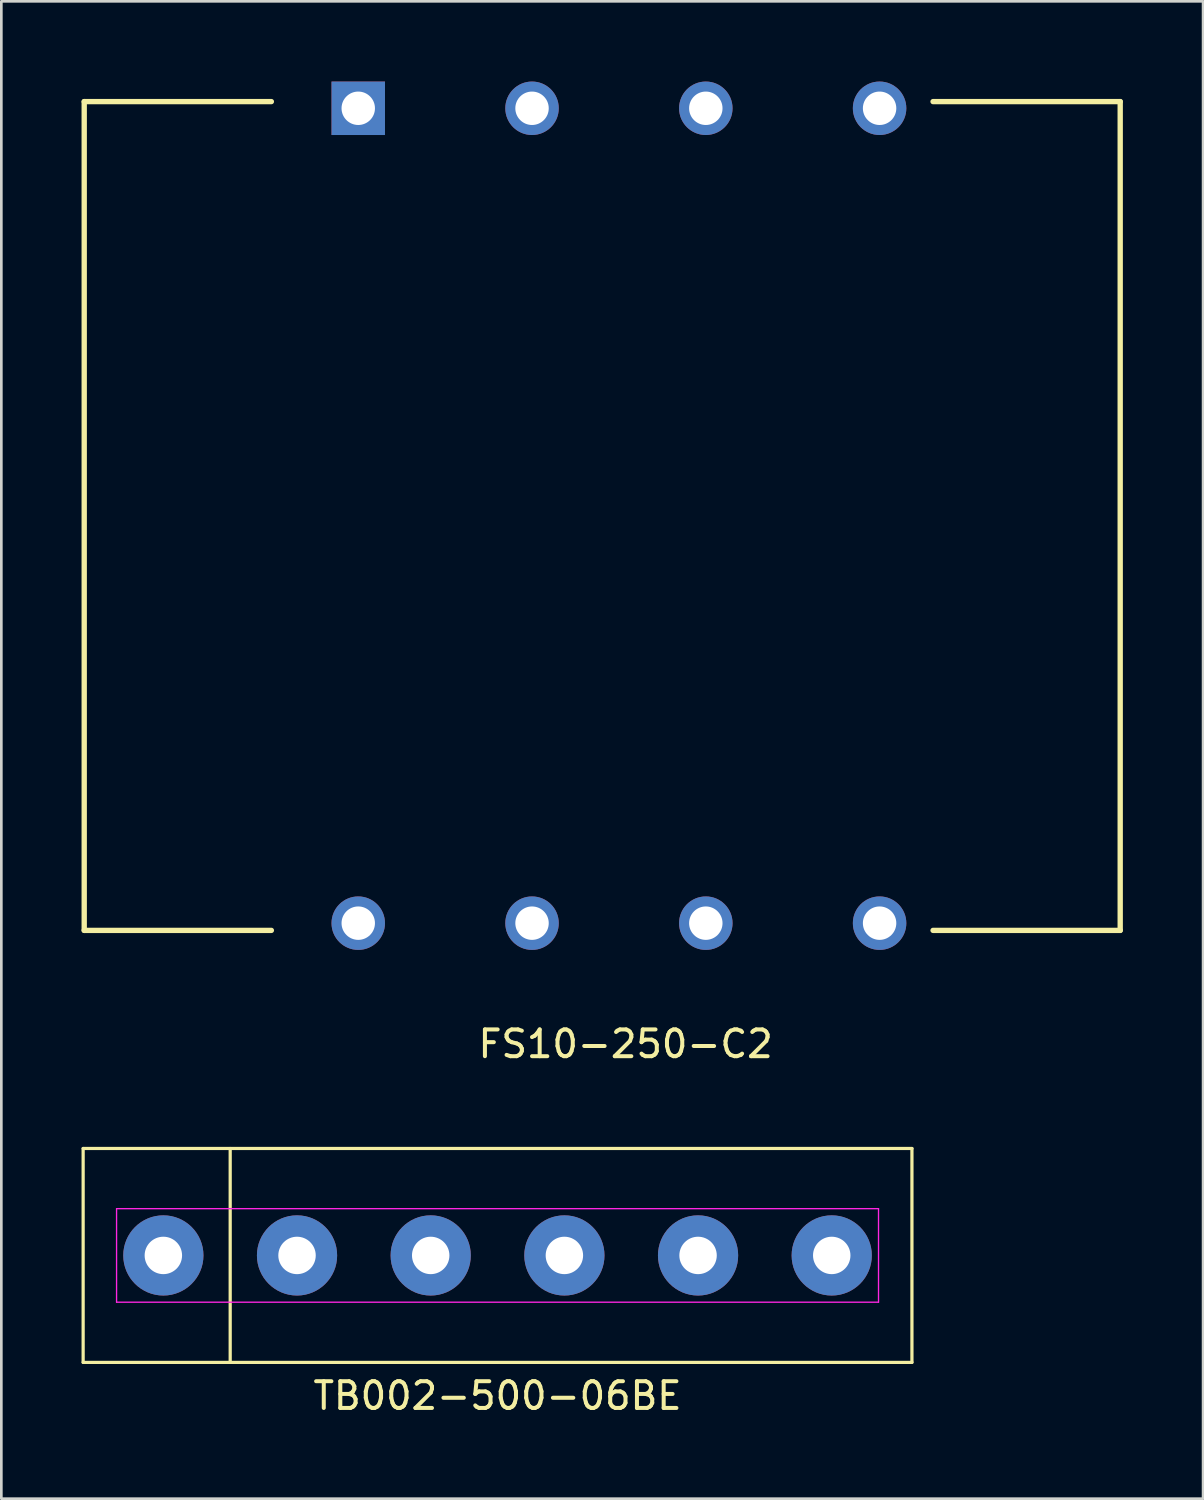
<source format=kicad_pcb>
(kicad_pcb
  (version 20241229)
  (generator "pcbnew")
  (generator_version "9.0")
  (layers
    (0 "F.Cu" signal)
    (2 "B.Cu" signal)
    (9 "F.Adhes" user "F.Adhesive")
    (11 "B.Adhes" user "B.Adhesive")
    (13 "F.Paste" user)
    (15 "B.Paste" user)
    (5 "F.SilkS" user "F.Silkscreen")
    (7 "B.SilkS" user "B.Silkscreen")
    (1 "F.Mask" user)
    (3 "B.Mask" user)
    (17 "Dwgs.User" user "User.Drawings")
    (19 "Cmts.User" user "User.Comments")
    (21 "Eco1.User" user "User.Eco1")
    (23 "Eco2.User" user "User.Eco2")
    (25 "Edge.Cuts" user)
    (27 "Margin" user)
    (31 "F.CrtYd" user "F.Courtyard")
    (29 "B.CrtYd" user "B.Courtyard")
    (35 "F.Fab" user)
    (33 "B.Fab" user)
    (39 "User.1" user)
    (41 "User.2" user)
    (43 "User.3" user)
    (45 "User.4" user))
  (footprint "TB002-500-06BE"
    (layer "F.Cu")
    (at 15.56 43.908)
    (property "Reference" "TB002-500-06BE" (at 0 5.25 0) (layer "F.SilkS") (effects (font (size 1 1) (thickness 0.15))))
    (attr through_hole)
    (fp_line (start -15.5 -4) (end 15.5 -4) (stroke (width 0.12) (type solid)) (layer "F.SilkS"))
    (fp_line (start -15.5 4) (end -15.5 -4) (stroke (width 0.12) (type solid)) (layer "F.SilkS"))
    (fp_line (start -10 -4) (end -10 4) (stroke (width 0.12) (type solid)) (layer "F.SilkS"))
    (fp_line (start 15.5 -4) (end 15.5 4) (stroke (width 0.12) (type solid)) (layer "F.SilkS"))
    (fp_line (start 15.5 4) (end -15.5 4) (stroke (width 0.12) (type solid)) (layer "F.SilkS"))
    (fp_line (start -14.25 -1.75) (end 14.25 -1.75) (stroke (width 0.05) (type solid)) (layer "F.CrtYd"))
    (fp_line (start -14.25 1.75) (end -14.25 -1.75) (stroke (width 0.05) (type solid)) (layer "F.CrtYd"))
    (fp_line (start 14.25 -1.75) (end 14.25 1.75) (stroke (width 0.05) (type solid)) (layer "F.CrtYd"))
    (fp_line (start 14.25 1.75) (end -14.25 1.75) (stroke (width 0.05) (type solid)) (layer "F.CrtYd"))
    (pad "1" thru_hole circle (at -12.5 0) (size 3 3) (drill 1.4) (layers "*.Cu" "*.Mask"))
    (pad "2" thru_hole circle (at -7.5 0) (size 3 3) (drill 1.4) (layers "*.Cu" "*.Mask"))
    (pad "3" thru_hole circle (at -2.5 0) (size 3 3) (drill 1.4) (layers "*.Cu" "*.Mask"))
    (pad "4" thru_hole circle (at 2.5 0) (size 3 3) (drill 1.4) (layers "*.Cu" "*.Mask"))
    (pad "5" thru_hole circle (at 7.5 0) (size 3 3) (drill 1.4) (layers "*.Cu" "*.Mask"))
    (pad "6" thru_hole circle (at 12.5 0) (size 3 3) (drill 1.4) (layers "*.Cu" "*.Mask")))
  (footprint "FS10-250-C2"
    (layer "F.Cu")
    (at 20.1 15.25)
    (property "Reference" "FS10-250-C2" (at 0.25 20.75 0) (layer "F.SilkS") (effects (font (size 1 1) (thickness 0.15))))
    (attr through_hole)
    (fp_line (start -20 -14.5) (end -20 16.5) (stroke (width 0.2) (type solid)) (layer "F.SilkS"))
    (fp_line (start -20 16.5) (end -13 16.5) (stroke (width 0.2) (type solid)) (layer "F.SilkS"))
    (fp_line (start -13 -14.5) (end -20 -14.5) (stroke (width 0.2) (type solid)) (layer "F.SilkS"))
    (fp_line (start 11.75 16.5) (end 18.75 16.5) (stroke (width 0.2) (type solid)) (layer "F.SilkS"))
    (fp_line (start 18.75 -14.5) (end 11.75 -14.5) (stroke (width 0.2) (type solid)) (layer "F.SilkS"))
    (fp_line (start 18.75 16.5) (end 18.75 -14.5) (stroke (width 0.2) (type solid)) (layer "F.SilkS"))
    (pad "1" thru_hole rect (at -9.75 -14.25) (size 2 2) (drill 1.25) (layers "*.Cu" "*.Mask"))
    (pad "2" thru_hole circle (at -3.25 16.23) (size 2 2) (drill 1.25) (layers "*.Cu" "*.Mask"))
    (pad "3" thru_hole circle (at 3.25 16.23) (size 2 2) (drill 1.25) (layers "*.Cu" "*.Mask"))
    (pad "4" thru_hole circle (at 9.75 16.23) (size 2 2) (drill 1.25) (layers "*.Cu" "*.Mask"))
    (pad "5" thru_hole circle (at -9.75 16.23) (size 2 2) (drill 1.25) (layers "*.Cu" "*.Mask"))
    (pad "6" thru_hole circle (at -3.25 -14.25) (size 2 2) (drill 1.25) (layers "*.Cu" "*.Mask"))
    (pad "7" thru_hole circle (at 3.25 -14.25) (size 2 2) (drill 1.25) (layers "*.Cu" "*.Mask"))
    (pad "8" thru_hole circle (at 9.75 -14.25) (size 2 2) (drill 1.25) (layers "*.Cu" "*.Mask")))
  (gr_rect
    (start -3 -3)
    (end 41.95 53.007)
    (stroke (width 0.1) (type default))
    (fill no)
    (layer "Edge.Cuts")))
</source>
